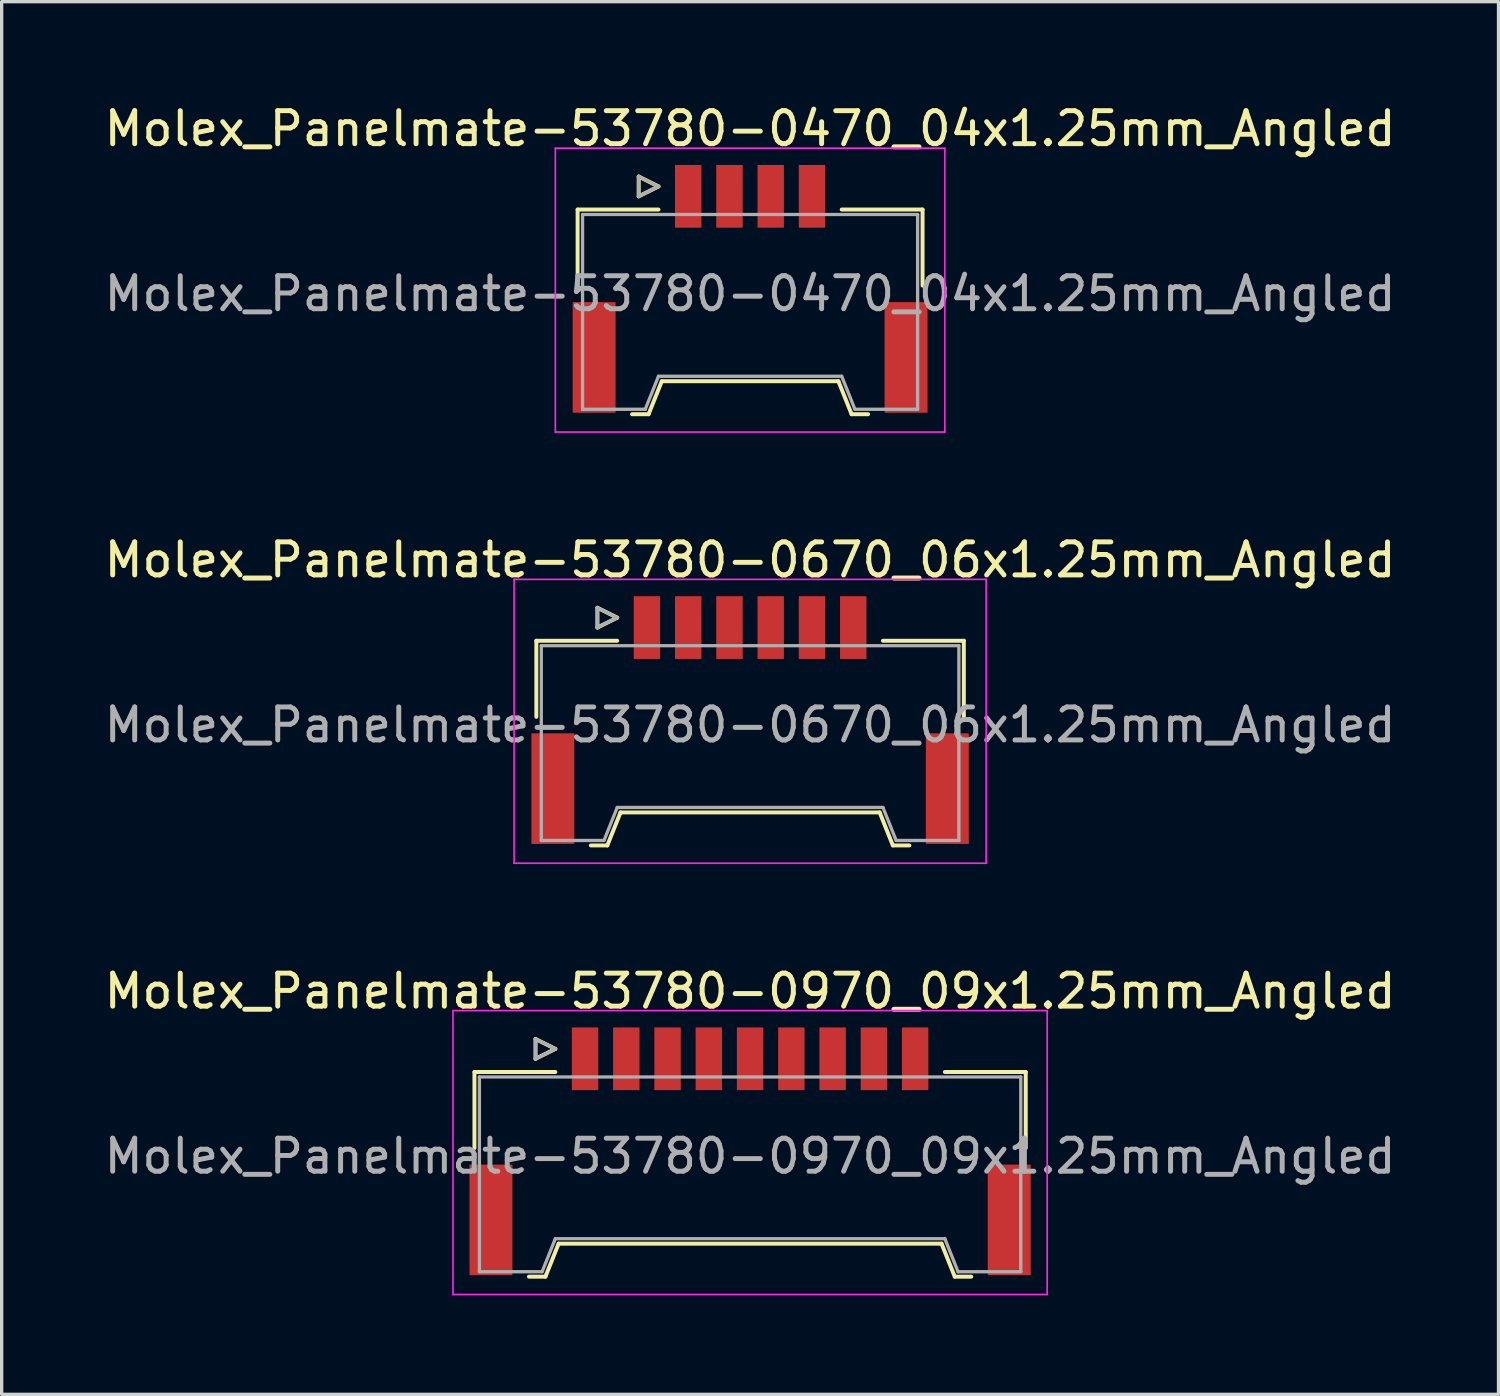
<source format=kicad_pcb>
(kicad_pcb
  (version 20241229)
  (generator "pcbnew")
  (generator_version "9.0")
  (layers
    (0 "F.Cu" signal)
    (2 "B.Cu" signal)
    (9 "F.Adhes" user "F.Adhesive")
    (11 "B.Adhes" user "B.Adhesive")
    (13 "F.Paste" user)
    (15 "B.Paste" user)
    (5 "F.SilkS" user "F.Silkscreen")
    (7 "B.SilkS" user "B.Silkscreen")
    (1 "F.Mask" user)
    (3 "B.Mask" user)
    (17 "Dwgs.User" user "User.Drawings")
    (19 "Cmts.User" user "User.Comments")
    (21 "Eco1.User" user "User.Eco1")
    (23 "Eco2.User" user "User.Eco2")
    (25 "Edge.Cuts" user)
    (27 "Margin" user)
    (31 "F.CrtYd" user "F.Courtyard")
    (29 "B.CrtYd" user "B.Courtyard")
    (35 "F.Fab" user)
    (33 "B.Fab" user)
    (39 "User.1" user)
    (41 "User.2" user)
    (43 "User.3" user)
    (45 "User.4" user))
  (footprint "Molex_Panelmate-53780-0670_06x1.25mm_Angled"
    (layer "F.Cu")
    (at 19.673 18.401)
    (property "Reference" "Molex_Panelmate-53780-0670_06x1.25mm_Angled" (at 0 -4.49 0) (layer "F.SilkS") (effects (font (size 1 1) (thickness 0.15))))
    (attr smd)
    (fp_line (start -6.475 -2.04) (end -6.475 0.265) (stroke (width 0.12) (type solid)) (layer "F.SilkS"))
    (fp_line (start -4.825 4.16) (end -4.325 4.16) (stroke (width 0.12) (type solid)) (layer "F.SilkS"))
    (fp_line (start -4.625 -3.04) (end -4.625 -2.44) (stroke (width 0.12) (type solid)) (layer "F.SilkS"))
    (fp_line (start -4.625 -2.44) (end -4.025 -2.74) (stroke (width 0.12) (type solid)) (layer "F.SilkS"))
    (fp_line (start -4.325 4.16) (end -3.925 3.16) (stroke (width 0.12) (type solid)) (layer "F.SilkS"))
    (fp_line (start -4.025 -2.74) (end -4.625 -3.04) (stroke (width 0.12) (type solid)) (layer "F.SilkS"))
    (fp_line (start -4.025 -2.04) (end -6.475 -2.04) (stroke (width 0.12) (type solid)) (layer "F.SilkS"))
    (fp_line (start -3.925 3.16) (end 3.925 3.16) (stroke (width 0.12) (type solid)) (layer "F.SilkS"))
    (fp_line (start 3.925 3.16) (end 4.325 4.16) (stroke (width 0.12) (type solid)) (layer "F.SilkS"))
    (fp_line (start 4.025 -2.04) (end 6.475 -2.04) (stroke (width 0.12) (type solid)) (layer "F.SilkS"))
    (fp_line (start 4.325 4.16) (end 4.825 4.16) (stroke (width 0.12) (type solid)) (layer "F.SilkS"))
    (fp_line (start 6.475 -2.04) (end 6.475 0.265) (stroke (width 0.12) (type solid)) (layer "F.SilkS"))
    (fp_line (start -7.15 -3.9) (end -7.15 4.7) (stroke (width 0.05) (type solid)) (layer "F.CrtYd"))
    (fp_line (start -7.15 4.7) (end 7.15 4.7) (stroke (width 0.05) (type solid)) (layer "F.CrtYd"))
    (fp_line (start 7.15 -3.9) (end -7.15 -3.9) (stroke (width 0.05) (type solid)) (layer "F.CrtYd"))
    (fp_line (start 7.15 4.7) (end 7.15 -3.9) (stroke (width 0.05) (type solid)) (layer "F.CrtYd"))
    (fp_line (start -6.325 -1.89) (end -6.325 4.01) (stroke (width 0.1) (type solid)) (layer "F.Fab"))
    (fp_line (start -6.325 4.01) (end -4.425 4.01) (stroke (width 0.1) (type solid)) (layer "F.Fab"))
    (fp_line (start -4.625 -3.04) (end -4.625 -2.44) (stroke (width 0.1) (type solid)) (layer "F.Fab"))
    (fp_line (start -4.625 -2.44) (end -4.025 -2.74) (stroke (width 0.1) (type solid)) (layer "F.Fab"))
    (fp_line (start -4.425 4.01) (end -4.025 3.01) (stroke (width 0.1) (type solid)) (layer "F.Fab"))
    (fp_line (start -4.025 -2.74) (end -4.625 -3.04) (stroke (width 0.1) (type solid)) (layer "F.Fab"))
    (fp_line (start -4.025 3.01) (end 4.025 3.01) (stroke (width 0.1) (type solid)) (layer "F.Fab"))
    (fp_line (start 4.025 3.01) (end 4.425 4.01) (stroke (width 0.1) (type solid)) (layer "F.Fab"))
    (fp_line (start 4.425 4.01) (end 6.325 4.01) (stroke (width 0.1) (type solid)) (layer "F.Fab"))
    (fp_line (start 6.325 -1.89) (end -6.325 -1.89) (stroke (width 0.1) (type solid)) (layer "F.Fab"))
    (fp_line (start 6.325 4.01) (end 6.325 -1.89) (stroke (width 0.1) (type solid)) (layer "F.Fab"))
    (fp_text user "${REFERENCE}" (at 0 0.51 0) (layer "F.Fab") (effects (font (size 1 1) (thickness 0.15))))
    (pad "" smd rect (at -5.975 2.44) (size 1.3 3.35) (layers "F.Cu" "F.Mask" "F.Paste"))
    (pad "" smd rect (at 5.975 2.44) (size 1.3 3.35) (layers "F.Cu" "F.Mask" "F.Paste"))
    (pad "1" smd rect (at -3.125 -2.44) (size 0.8 1.9) (layers "F.Cu" "F.Mask" "F.Paste"))
    (pad "2" smd rect (at -1.875 -2.44) (size 0.8 1.9) (layers "F.Cu" "F.Mask" "F.Paste"))
    (pad "3" smd rect (at -0.625 -2.44) (size 0.8 1.9) (layers "F.Cu" "F.Mask" "F.Paste"))
    (pad "4" smd rect (at 0.625 -2.44) (size 0.8 1.9) (layers "F.Cu" "F.Mask" "F.Paste"))
    (pad "5" smd rect (at 1.875 -2.44) (size 0.8 1.9) (layers "F.Cu" "F.Mask" "F.Paste"))
    (pad "6" smd rect (at 3.125 -2.44) (size 0.8 1.9) (layers "F.Cu" "F.Mask" "F.Paste")))
  (footprint "Molex_Panelmate-53780-0970_09x1.25mm_Angled"
    (layer "F.Cu")
    (at 19.673 31.465)
    (property "Reference" "Molex_Panelmate-53780-0970_09x1.25mm_Angled" (at 0 -4.49 0) (layer "F.SilkS") (effects (font (size 1 1) (thickness 0.15))))
    (attr smd)
    (fp_line (start -8.35 -2.04) (end -8.35 0.265) (stroke (width 0.12) (type solid)) (layer "F.SilkS"))
    (fp_line (start -6.7 4.16) (end -6.2 4.16) (stroke (width 0.12) (type solid)) (layer "F.SilkS"))
    (fp_line (start -6.5 -3.04) (end -6.5 -2.44) (stroke (width 0.12) (type solid)) (layer "F.SilkS"))
    (fp_line (start -6.5 -2.44) (end -5.9 -2.74) (stroke (width 0.12) (type solid)) (layer "F.SilkS"))
    (fp_line (start -6.2 4.16) (end -5.8 3.16) (stroke (width 0.12) (type solid)) (layer "F.SilkS"))
    (fp_line (start -5.9 -2.74) (end -6.5 -3.04) (stroke (width 0.12) (type solid)) (layer "F.SilkS"))
    (fp_line (start -5.9 -2.04) (end -8.35 -2.04) (stroke (width 0.12) (type solid)) (layer "F.SilkS"))
    (fp_line (start -5.8 3.16) (end 5.8 3.16) (stroke (width 0.12) (type solid)) (layer "F.SilkS"))
    (fp_line (start 5.8 3.16) (end 6.2 4.16) (stroke (width 0.12) (type solid)) (layer "F.SilkS"))
    (fp_line (start 5.9 -2.04) (end 8.35 -2.04) (stroke (width 0.12) (type solid)) (layer "F.SilkS"))
    (fp_line (start 6.2 4.16) (end 6.7 4.16) (stroke (width 0.12) (type solid)) (layer "F.SilkS"))
    (fp_line (start 8.35 -2.04) (end 8.35 0.265) (stroke (width 0.12) (type solid)) (layer "F.SilkS"))
    (fp_line (start -9 -3.9) (end -9 4.7) (stroke (width 0.05) (type solid)) (layer "F.CrtYd"))
    (fp_line (start -9 4.7) (end 9 4.7) (stroke (width 0.05) (type solid)) (layer "F.CrtYd"))
    (fp_line (start 9 -3.9) (end -9 -3.9) (stroke (width 0.05) (type solid)) (layer "F.CrtYd"))
    (fp_line (start 9 4.7) (end 9 -3.9) (stroke (width 0.05) (type solid)) (layer "F.CrtYd"))
    (fp_line (start -8.2 -1.89) (end -8.2 4.01) (stroke (width 0.1) (type solid)) (layer "F.Fab"))
    (fp_line (start -8.2 4.01) (end -6.3 4.01) (stroke (width 0.1) (type solid)) (layer "F.Fab"))
    (fp_line (start -6.5 -3.04) (end -6.5 -2.44) (stroke (width 0.1) (type solid)) (layer "F.Fab"))
    (fp_line (start -6.5 -2.44) (end -5.9 -2.74) (stroke (width 0.1) (type solid)) (layer "F.Fab"))
    (fp_line (start -6.3 4.01) (end -5.9 3.01) (stroke (width 0.1) (type solid)) (layer "F.Fab"))
    (fp_line (start -5.9 -2.74) (end -6.5 -3.04) (stroke (width 0.1) (type solid)) (layer "F.Fab"))
    (fp_line (start -5.9 3.01) (end 5.9 3.01) (stroke (width 0.1) (type solid)) (layer "F.Fab"))
    (fp_line (start 5.9 3.01) (end 6.3 4.01) (stroke (width 0.1) (type solid)) (layer "F.Fab"))
    (fp_line (start 6.3 4.01) (end 8.2 4.01) (stroke (width 0.1) (type solid)) (layer "F.Fab"))
    (fp_line (start 8.2 -1.89) (end -8.2 -1.89) (stroke (width 0.1) (type solid)) (layer "F.Fab"))
    (fp_line (start 8.2 4.01) (end 8.2 -1.89) (stroke (width 0.1) (type solid)) (layer "F.Fab"))
    (fp_text user "${REFERENCE}" (at 0 0.51 0) (layer "F.Fab") (effects (font (size 1 1) (thickness 0.15))))
    (pad "" smd rect (at -7.85 2.44) (size 1.3 3.35) (layers "F.Cu" "F.Mask" "F.Paste"))
    (pad "" smd rect (at 7.85 2.44) (size 1.3 3.35) (layers "F.Cu" "F.Mask" "F.Paste"))
    (pad "1" smd rect (at -5 -2.44) (size 0.8 1.9) (layers "F.Cu" "F.Mask" "F.Paste"))
    (pad "2" smd rect (at -3.75 -2.44) (size 0.8 1.9) (layers "F.Cu" "F.Mask" "F.Paste"))
    (pad "3" smd rect (at -2.5 -2.44) (size 0.8 1.9) (layers "F.Cu" "F.Mask" "F.Paste"))
    (pad "4" smd rect (at -1.25 -2.44) (size 0.8 1.9) (layers "F.Cu" "F.Mask" "F.Paste"))
    (pad "5" smd rect (at 0 -2.44) (size 0.8 1.9) (layers "F.Cu" "F.Mask" "F.Paste"))
    (pad "6" smd rect (at 1.25 -2.44) (size 0.8 1.9) (layers "F.Cu" "F.Mask" "F.Paste"))
    (pad "7" smd rect (at 2.5 -2.44) (size 0.8 1.9) (layers "F.Cu" "F.Mask" "F.Paste"))
    (pad "8" smd rect (at 3.75 -2.44) (size 0.8 1.9) (layers "F.Cu" "F.Mask" "F.Paste"))
    (pad "9" smd rect (at 5 -2.44) (size 0.8 1.9) (layers "F.Cu" "F.Mask" "F.Paste")))
  (footprint "Molex_Panelmate-53780-0470_04x1.25mm_Angled"
    (layer "F.Cu")
    (at 19.673 5.338)
    (property "Reference" "Molex_Panelmate-53780-0470_04x1.25mm_Angled" (at 0 -4.49 0) (layer "F.SilkS") (effects (font (size 1 1) (thickness 0.15))))
    (attr smd)
    (fp_line (start -5.225 -2.04) (end -5.225 0.265) (stroke (width 0.12) (type solid)) (layer "F.SilkS"))
    (fp_line (start -3.575 4.16) (end -3.075 4.16) (stroke (width 0.12) (type solid)) (layer "F.SilkS"))
    (fp_line (start -3.375 -3.04) (end -3.375 -2.44) (stroke (width 0.12) (type solid)) (layer "F.SilkS"))
    (fp_line (start -3.375 -2.44) (end -2.775 -2.74) (stroke (width 0.12) (type solid)) (layer "F.SilkS"))
    (fp_line (start -3.075 4.16) (end -2.675 3.16) (stroke (width 0.12) (type solid)) (layer "F.SilkS"))
    (fp_line (start -2.775 -2.74) (end -3.375 -3.04) (stroke (width 0.12) (type solid)) (layer "F.SilkS"))
    (fp_line (start -2.775 -2.04) (end -5.225 -2.04) (stroke (width 0.12) (type solid)) (layer "F.SilkS"))
    (fp_line (start -2.675 3.16) (end 2.675 3.16) (stroke (width 0.12) (type solid)) (layer "F.SilkS"))
    (fp_line (start 2.675 3.16) (end 3.075 4.16) (stroke (width 0.12) (type solid)) (layer "F.SilkS"))
    (fp_line (start 2.775 -2.04) (end 5.225 -2.04) (stroke (width 0.12) (type solid)) (layer "F.SilkS"))
    (fp_line (start 3.075 4.16) (end 3.575 4.16) (stroke (width 0.12) (type solid)) (layer "F.SilkS"))
    (fp_line (start 5.225 -2.04) (end 5.225 0.265) (stroke (width 0.12) (type solid)) (layer "F.SilkS"))
    (fp_line (start -5.9 -3.9) (end -5.9 4.7) (stroke (width 0.05) (type solid)) (layer "F.CrtYd"))
    (fp_line (start -5.9 4.7) (end 5.9 4.7) (stroke (width 0.05) (type solid)) (layer "F.CrtYd"))
    (fp_line (start 5.9 -3.9) (end -5.9 -3.9) (stroke (width 0.05) (type solid)) (layer "F.CrtYd"))
    (fp_line (start 5.9 4.7) (end 5.9 -3.9) (stroke (width 0.05) (type solid)) (layer "F.CrtYd"))
    (fp_line (start -5.075 -1.89) (end -5.075 4.01) (stroke (width 0.1) (type solid)) (layer "F.Fab"))
    (fp_line (start -5.075 4.01) (end -3.175 4.01) (stroke (width 0.1) (type solid)) (layer "F.Fab"))
    (fp_line (start -3.375 -3.04) (end -3.375 -2.44) (stroke (width 0.1) (type solid)) (layer "F.Fab"))
    (fp_line (start -3.375 -2.44) (end -2.775 -2.74) (stroke (width 0.1) (type solid)) (layer "F.Fab"))
    (fp_line (start -3.175 4.01) (end -2.775 3.01) (stroke (width 0.1) (type solid)) (layer "F.Fab"))
    (fp_line (start -2.775 -2.74) (end -3.375 -3.04) (stroke (width 0.1) (type solid)) (layer "F.Fab"))
    (fp_line (start -2.775 3.01) (end 2.775 3.01) (stroke (width 0.1) (type solid)) (layer "F.Fab"))
    (fp_line (start 2.775 3.01) (end 3.175 4.01) (stroke (width 0.1) (type solid)) (layer "F.Fab"))
    (fp_line (start 3.175 4.01) (end 5.075 4.01) (stroke (width 0.1) (type solid)) (layer "F.Fab"))
    (fp_line (start 5.075 -1.89) (end -5.075 -1.89) (stroke (width 0.1) (type solid)) (layer "F.Fab"))
    (fp_line (start 5.075 4.01) (end 5.075 -1.89) (stroke (width 0.1) (type solid)) (layer "F.Fab"))
    (fp_text user "${REFERENCE}" (at 0 0.51 0) (layer "F.Fab") (effects (font (size 1 1) (thickness 0.15))))
    (pad "" smd rect (at -4.725 2.44) (size 1.3 3.35) (layers "F.Cu" "F.Mask" "F.Paste"))
    (pad "" smd rect (at 4.725 2.44) (size 1.3 3.35) (layers "F.Cu" "F.Mask" "F.Paste"))
    (pad "1" smd rect (at -1.875 -2.44) (size 0.8 1.9) (layers "F.Cu" "F.Mask" "F.Paste"))
    (pad "2" smd rect (at -0.625 -2.44) (size 0.8 1.9) (layers "F.Cu" "F.Mask" "F.Paste"))
    (pad "3" smd rect (at 0.625 -2.44) (size 0.8 1.9) (layers "F.Cu" "F.Mask" "F.Paste"))
    (pad "4" smd rect (at 1.875 -2.44) (size 0.8 1.9) (layers "F.Cu" "F.Mask" "F.Paste")))
  (gr_rect
    (start -3 -3)
    (end 42.345 39.19)
    (stroke (width 0.1) (type default))
    (fill no)
    (layer "Edge.Cuts")))
</source>
